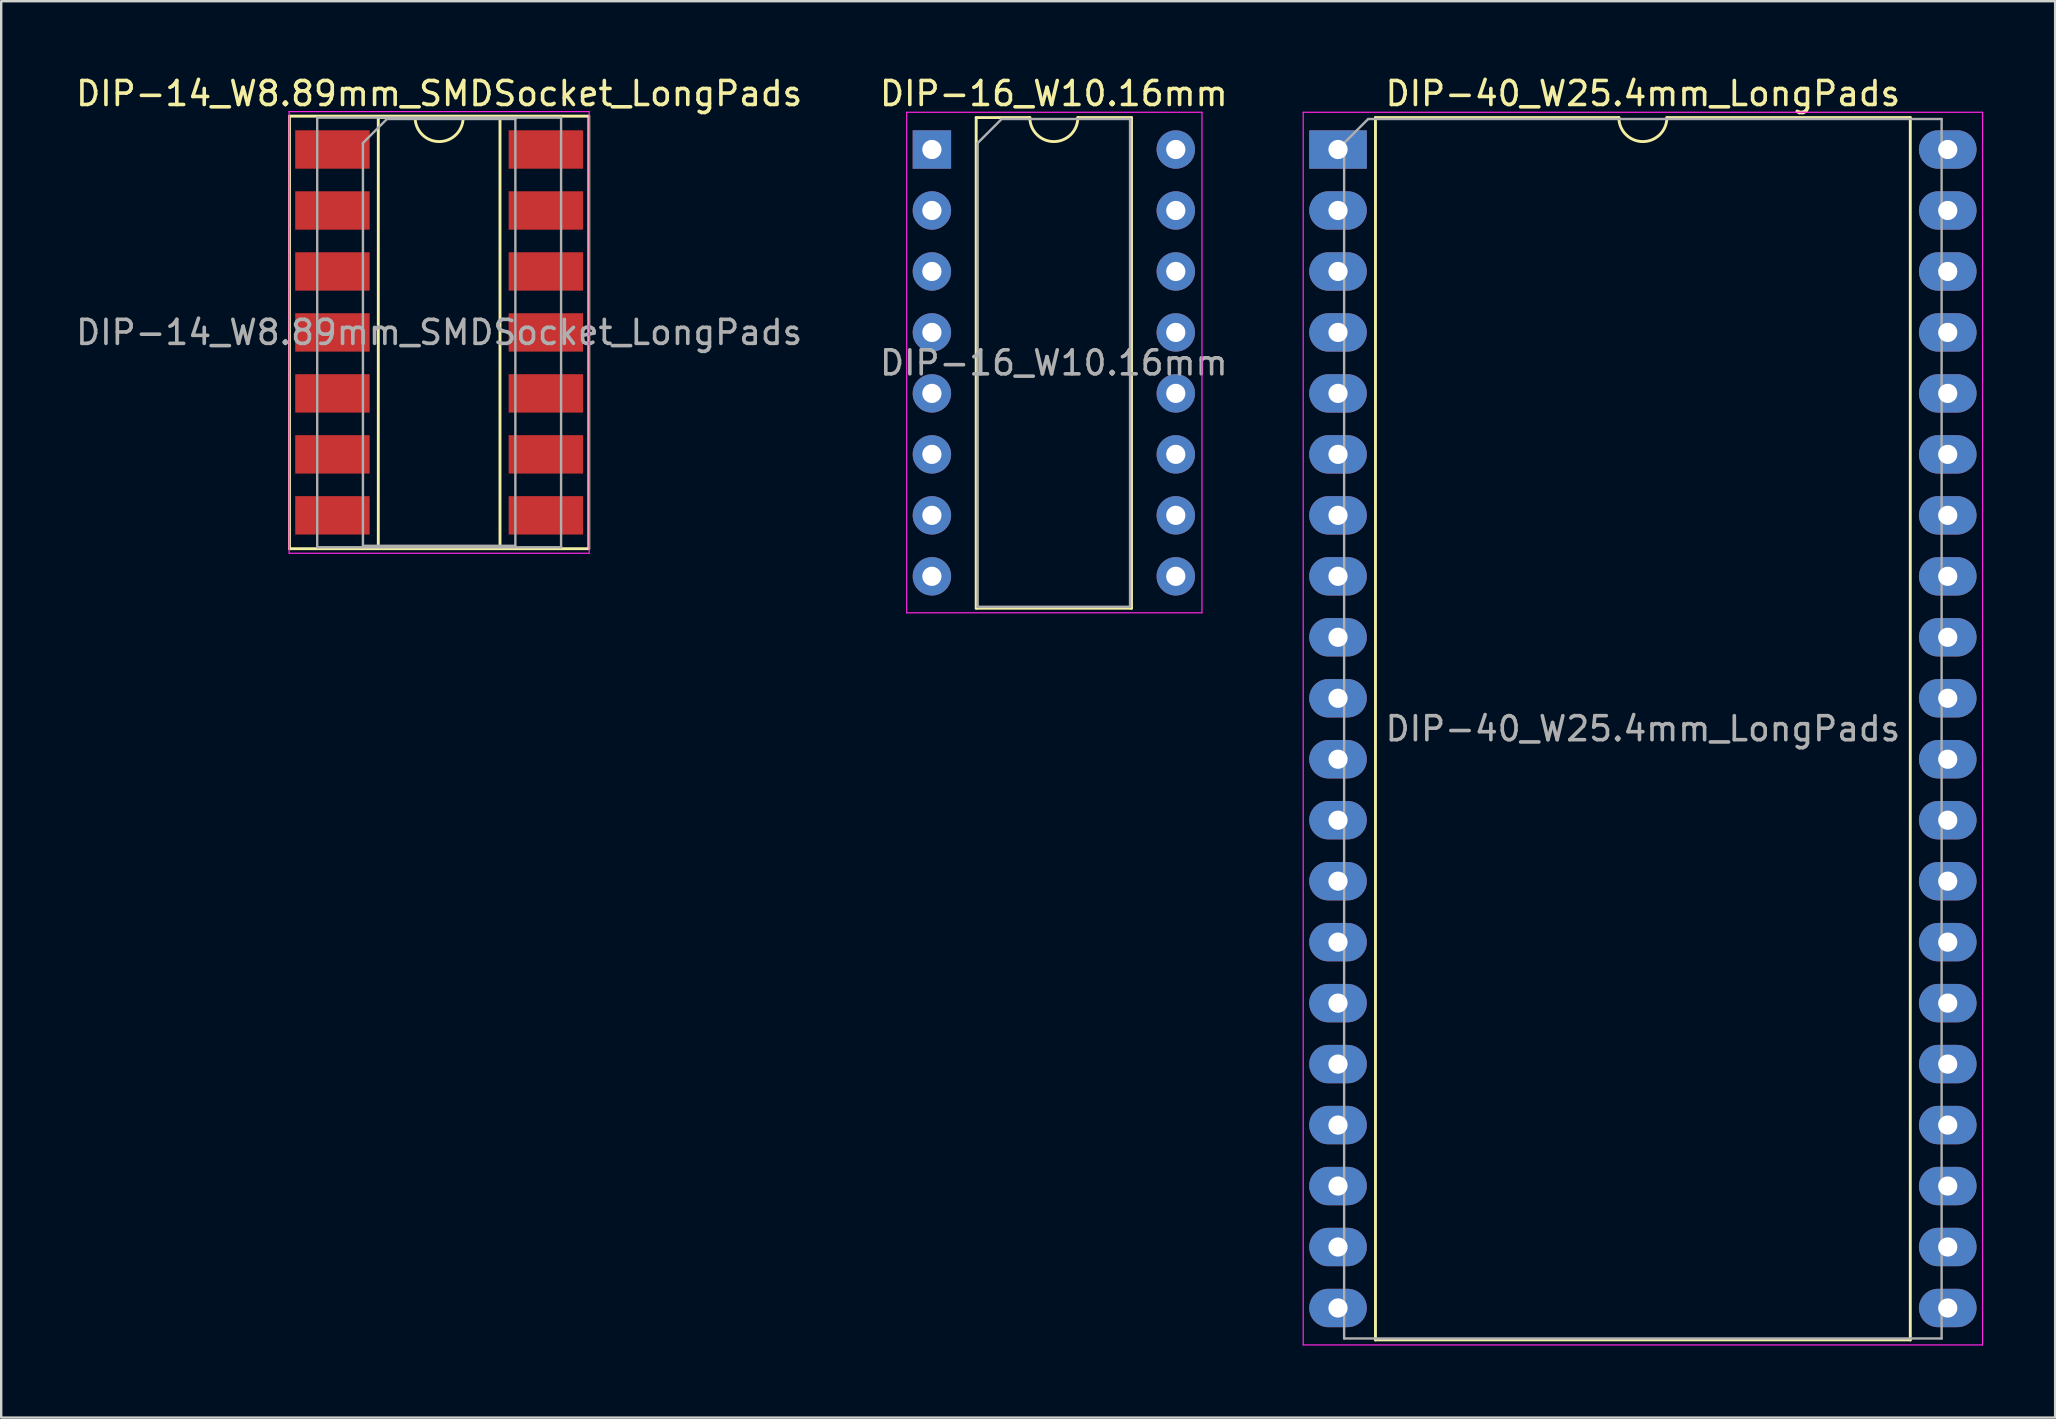
<source format=kicad_pcb>
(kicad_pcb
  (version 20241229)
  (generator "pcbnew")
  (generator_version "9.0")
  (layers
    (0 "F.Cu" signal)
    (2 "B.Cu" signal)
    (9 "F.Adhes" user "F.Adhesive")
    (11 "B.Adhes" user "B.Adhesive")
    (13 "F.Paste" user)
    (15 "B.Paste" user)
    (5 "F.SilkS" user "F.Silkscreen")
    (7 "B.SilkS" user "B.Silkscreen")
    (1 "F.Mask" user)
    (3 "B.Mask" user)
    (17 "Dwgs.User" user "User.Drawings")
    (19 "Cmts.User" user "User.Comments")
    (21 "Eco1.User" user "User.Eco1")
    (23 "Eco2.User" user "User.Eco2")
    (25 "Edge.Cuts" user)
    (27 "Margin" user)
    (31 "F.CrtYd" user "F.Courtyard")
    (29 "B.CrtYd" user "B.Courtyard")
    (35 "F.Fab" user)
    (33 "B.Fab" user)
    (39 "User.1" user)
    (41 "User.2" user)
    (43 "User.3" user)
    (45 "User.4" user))
  (footprint "DIP-40_W25.4mm_LongPads"
    (layer "F.Cu")
    (at 52.689 3.178)
    (property "Reference" "DIP-40_W25.4mm_LongPads" (at 12.7 -2.33 0) (layer "F.SilkS") (effects (font (size 1 1) (thickness 0.15))))
    (attr through_hole)
    (fp_line (start 1.56 -1.33) (end 1.56 49.59) (stroke (width 0.12) (type solid)) (layer "F.SilkS"))
    (fp_line (start 1.56 49.59) (end 23.84 49.59) (stroke (width 0.12) (type solid)) (layer "F.SilkS"))
    (fp_line (start 11.7 -1.33) (end 1.56 -1.33) (stroke (width 0.12) (type solid)) (layer "F.SilkS"))
    (fp_line (start 23.84 -1.33) (end 13.7 -1.33) (stroke (width 0.12) (type solid)) (layer "F.SilkS"))
    (fp_line (start 23.84 49.59) (end 23.84 -1.33) (stroke (width 0.12) (type solid)) (layer "F.SilkS"))
    (fp_arc (start 13.7 -1.33) (mid 12.7 -0.33) (end 11.7 -1.33) (stroke (width 0.12) (type solid)) (layer "F.SilkS"))
    (fp_line (start -1.45 -1.55) (end -1.45 49.8) (stroke (width 0.05) (type solid)) (layer "F.CrtYd"))
    (fp_line (start -1.45 49.8) (end 26.85 49.8) (stroke (width 0.05) (type solid)) (layer "F.CrtYd"))
    (fp_line (start 26.85 -1.55) (end -1.45 -1.55) (stroke (width 0.05) (type solid)) (layer "F.CrtYd"))
    (fp_line (start 26.85 49.8) (end 26.85 -1.55) (stroke (width 0.05) (type solid)) (layer "F.CrtYd"))
    (fp_line (start 0.255 -0.27) (end 1.255 -1.27) (stroke (width 0.1) (type solid)) (layer "F.Fab"))
    (fp_line (start 0.255 49.53) (end 0.255 -0.27) (stroke (width 0.1) (type solid)) (layer "F.Fab"))
    (fp_line (start 1.255 -1.27) (end 25.145 -1.27) (stroke (width 0.1) (type solid)) (layer "F.Fab"))
    (fp_line (start 25.145 -1.27) (end 25.145 49.53) (stroke (width 0.1) (type solid)) (layer "F.Fab"))
    (fp_line (start 25.145 49.53) (end 0.255 49.53) (stroke (width 0.1) (type solid)) (layer "F.Fab"))
    (fp_text user "${REFERENCE}" (at 12.7 24.13 0) (layer "F.Fab") (effects (font (size 1 1) (thickness 0.15))))
    (pad "1" thru_hole rect (at 0 0) (size 2.4 1.6) (drill 0.8) (layers "*.Cu" "*.Mask"))
    (pad "2" thru_hole oval (at 0 2.54) (size 2.4 1.6) (drill 0.8) (layers "*.Cu" "*.Mask"))
    (pad "3" thru_hole oval (at 0 5.08) (size 2.4 1.6) (drill 0.8) (layers "*.Cu" "*.Mask"))
    (pad "4" thru_hole oval (at 0 7.62) (size 2.4 1.6) (drill 0.8) (layers "*.Cu" "*.Mask"))
    (pad "5" thru_hole oval (at 0 10.16) (size 2.4 1.6) (drill 0.8) (layers "*.Cu" "*.Mask"))
    (pad "6" thru_hole oval (at 0 12.7) (size 2.4 1.6) (drill 0.8) (layers "*.Cu" "*.Mask"))
    (pad "7" thru_hole oval (at 0 15.24) (size 2.4 1.6) (drill 0.8) (layers "*.Cu" "*.Mask"))
    (pad "8" thru_hole oval (at 0 17.78) (size 2.4 1.6) (drill 0.8) (layers "*.Cu" "*.Mask"))
    (pad "9" thru_hole oval (at 0 20.32) (size 2.4 1.6) (drill 0.8) (layers "*.Cu" "*.Mask"))
    (pad "10" thru_hole oval (at 0 22.86) (size 2.4 1.6) (drill 0.8) (layers "*.Cu" "*.Mask"))
    (pad "11" thru_hole oval (at 0 25.4) (size 2.4 1.6) (drill 0.8) (layers "*.Cu" "*.Mask"))
    (pad "12" thru_hole oval (at 0 27.94) (size 2.4 1.6) (drill 0.8) (layers "*.Cu" "*.Mask"))
    (pad "13" thru_hole oval (at 0 30.48) (size 2.4 1.6) (drill 0.8) (layers "*.Cu" "*.Mask"))
    (pad "14" thru_hole oval (at 0 33.02) (size 2.4 1.6) (drill 0.8) (layers "*.Cu" "*.Mask"))
    (pad "15" thru_hole oval (at 0 35.56) (size 2.4 1.6) (drill 0.8) (layers "*.Cu" "*.Mask"))
    (pad "16" thru_hole oval (at 0 38.1) (size 2.4 1.6) (drill 0.8) (layers "*.Cu" "*.Mask"))
    (pad "17" thru_hole oval (at 0 40.64) (size 2.4 1.6) (drill 0.8) (layers "*.Cu" "*.Mask"))
    (pad "18" thru_hole oval (at 0 43.18) (size 2.4 1.6) (drill 0.8) (layers "*.Cu" "*.Mask"))
    (pad "19" thru_hole oval (at 0 45.72) (size 2.4 1.6) (drill 0.8) (layers "*.Cu" "*.Mask"))
    (pad "20" thru_hole oval (at 0 48.26) (size 2.4 1.6) (drill 0.8) (layers "*.Cu" "*.Mask"))
    (pad "21" thru_hole oval (at 25.4 48.26) (size 2.4 1.6) (drill 0.8) (layers "*.Cu" "*.Mask"))
    (pad "22" thru_hole oval (at 25.4 45.72) (size 2.4 1.6) (drill 0.8) (layers "*.Cu" "*.Mask"))
    (pad "23" thru_hole oval (at 25.4 43.18) (size 2.4 1.6) (drill 0.8) (layers "*.Cu" "*.Mask"))
    (pad "24" thru_hole oval (at 25.4 40.64) (size 2.4 1.6) (drill 0.8) (layers "*.Cu" "*.Mask"))
    (pad "25" thru_hole oval (at 25.4 38.1) (size 2.4 1.6) (drill 0.8) (layers "*.Cu" "*.Mask"))
    (pad "26" thru_hole oval (at 25.4 35.56) (size 2.4 1.6) (drill 0.8) (layers "*.Cu" "*.Mask"))
    (pad "27" thru_hole oval (at 25.4 33.02) (size 2.4 1.6) (drill 0.8) (layers "*.Cu" "*.Mask"))
    (pad "28" thru_hole oval (at 25.4 30.48) (size 2.4 1.6) (drill 0.8) (layers "*.Cu" "*.Mask"))
    (pad "29" thru_hole oval (at 25.4 27.94) (size 2.4 1.6) (drill 0.8) (layers "*.Cu" "*.Mask"))
    (pad "30" thru_hole oval (at 25.4 25.4) (size 2.4 1.6) (drill 0.8) (layers "*.Cu" "*.Mask"))
    (pad "31" thru_hole oval (at 25.4 22.86) (size 2.4 1.6) (drill 0.8) (layers "*.Cu" "*.Mask"))
    (pad "32" thru_hole oval (at 25.4 20.32) (size 2.4 1.6) (drill 0.8) (layers "*.Cu" "*.Mask"))
    (pad "33" thru_hole oval (at 25.4 17.78) (size 2.4 1.6) (drill 0.8) (layers "*.Cu" "*.Mask"))
    (pad "34" thru_hole oval (at 25.4 15.24) (size 2.4 1.6) (drill 0.8) (layers "*.Cu" "*.Mask"))
    (pad "35" thru_hole oval (at 25.4 12.7) (size 2.4 1.6) (drill 0.8) (layers "*.Cu" "*.Mask"))
    (pad "36" thru_hole oval (at 25.4 10.16) (size 2.4 1.6) (drill 0.8) (layers "*.Cu" "*.Mask"))
    (pad "37" thru_hole oval (at 25.4 7.62) (size 2.4 1.6) (drill 0.8) (layers "*.Cu" "*.Mask"))
    (pad "38" thru_hole oval (at 25.4 5.08) (size 2.4 1.6) (drill 0.8) (layers "*.Cu" "*.Mask"))
    (pad "39" thru_hole oval (at 25.4 2.54) (size 2.4 1.6) (drill 0.8) (layers "*.Cu" "*.Mask"))
    (pad "40" thru_hole oval (at 25.4 0) (size 2.4 1.6) (drill 0.8) (layers "*.Cu" "*.Mask")))
  (footprint "DIP-14_W8.89mm_SMDSocket_LongPads"
    (layer "F.Cu")
    (at 15.244 10.798)
    (property "Reference" "DIP-14_W8.89mm_SMDSocket_LongPads" (at 0 -9.95 0) (layer "F.SilkS") (effects (font (size 1 1) (thickness 0.15))))
    (attr smd)
    (fp_line (start -6.235 -9.01) (end -6.235 9.01) (stroke (width 0.12) (type solid)) (layer "F.SilkS"))
    (fp_line (start -6.235 9.01) (end 6.235 9.01) (stroke (width 0.12) (type solid)) (layer "F.SilkS"))
    (fp_line (start -2.535 -8.95) (end -2.535 8.95) (stroke (width 0.12) (type solid)) (layer "F.SilkS"))
    (fp_line (start -2.535 8.95) (end 2.535 8.95) (stroke (width 0.12) (type solid)) (layer "F.SilkS"))
    (fp_line (start -1 -8.95) (end -2.535 -8.95) (stroke (width 0.12) (type solid)) (layer "F.SilkS"))
    (fp_line (start 2.535 -8.95) (end 1 -8.95) (stroke (width 0.12) (type solid)) (layer "F.SilkS"))
    (fp_line (start 2.535 8.95) (end 2.535 -8.95) (stroke (width 0.12) (type solid)) (layer "F.SilkS"))
    (fp_line (start 6.235 -9.01) (end -6.235 -9.01) (stroke (width 0.12) (type solid)) (layer "F.SilkS"))
    (fp_line (start 6.235 9.01) (end 6.235 -9.01) (stroke (width 0.12) (type solid)) (layer "F.SilkS"))
    (fp_arc (start 1 -8.95) (mid 0 -7.95) (end -1 -8.95) (stroke (width 0.12) (type solid)) (layer "F.SilkS"))
    (fp_line (start -6.25 -9.2) (end -6.25 9.2) (stroke (width 0.05) (type solid)) (layer "F.CrtYd"))
    (fp_line (start -6.25 9.2) (end 6.25 9.2) (stroke (width 0.05) (type solid)) (layer "F.CrtYd"))
    (fp_line (start 6.25 -9.2) (end -6.25 -9.2) (stroke (width 0.05) (type solid)) (layer "F.CrtYd"))
    (fp_line (start 6.25 9.2) (end 6.25 -9.2) (stroke (width 0.05) (type solid)) (layer "F.CrtYd"))
    (fp_line (start -5.08 -8.95) (end -5.08 8.95) (stroke (width 0.1) (type solid)) (layer "F.Fab"))
    (fp_line (start -5.08 8.95) (end 5.08 8.95) (stroke (width 0.1) (type solid)) (layer "F.Fab"))
    (fp_line (start -3.175 -7.89) (end -2.175 -8.89) (stroke (width 0.1) (type solid)) (layer "F.Fab"))
    (fp_line (start -3.175 8.89) (end -3.175 -7.89) (stroke (width 0.1) (type solid)) (layer "F.Fab"))
    (fp_line (start -2.175 -8.89) (end 3.175 -8.89) (stroke (width 0.1) (type solid)) (layer "F.Fab"))
    (fp_line (start 3.175 -8.89) (end 3.175 8.89) (stroke (width 0.1) (type solid)) (layer "F.Fab"))
    (fp_line (start 3.175 8.89) (end -3.175 8.89) (stroke (width 0.1) (type solid)) (layer "F.Fab"))
    (fp_line (start 5.08 -8.95) (end -5.08 -8.95) (stroke (width 0.1) (type solid)) (layer "F.Fab"))
    (fp_line (start 5.08 8.95) (end 5.08 -8.95) (stroke (width 0.1) (type solid)) (layer "F.Fab"))
    (fp_text user "${REFERENCE}" (at 0 0 0) (layer "F.Fab") (effects (font (size 1 1) (thickness 0.15))))
    (pad "1" smd rect (at -4.445 -7.62) (size 3.1 1.6) (layers "F.Cu" "F.Mask" "F.Paste"))
    (pad "2" smd rect (at -4.445 -5.08) (size 3.1 1.6) (layers "F.Cu" "F.Mask" "F.Paste"))
    (pad "3" smd rect (at -4.445 -2.54) (size 3.1 1.6) (layers "F.Cu" "F.Mask" "F.Paste"))
    (pad "4" smd rect (at -4.445 0) (size 3.1 1.6) (layers "F.Cu" "F.Mask" "F.Paste"))
    (pad "5" smd rect (at -4.445 2.54) (size 3.1 1.6) (layers "F.Cu" "F.Mask" "F.Paste"))
    (pad "6" smd rect (at -4.445 5.08) (size 3.1 1.6) (layers "F.Cu" "F.Mask" "F.Paste"))
    (pad "7" smd rect (at -4.445 7.62) (size 3.1 1.6) (layers "F.Cu" "F.Mask" "F.Paste"))
    (pad "8" smd rect (at 4.445 7.62) (size 3.1 1.6) (layers "F.Cu" "F.Mask" "F.Paste"))
    (pad "9" smd rect (at 4.445 5.08) (size 3.1 1.6) (layers "F.Cu" "F.Mask" "F.Paste"))
    (pad "10" smd rect (at 4.445 2.54) (size 3.1 1.6) (layers "F.Cu" "F.Mask" "F.Paste"))
    (pad "11" smd rect (at 4.445 0) (size 3.1 1.6) (layers "F.Cu" "F.Mask" "F.Paste"))
    (pad "12" smd rect (at 4.445 -2.54) (size 3.1 1.6) (layers "F.Cu" "F.Mask" "F.Paste"))
    (pad "13" smd rect (at 4.445 -5.08) (size 3.1 1.6) (layers "F.Cu" "F.Mask" "F.Paste"))
    (pad "14" smd rect (at 4.445 -7.62) (size 3.1 1.6) (layers "F.Cu" "F.Mask" "F.Paste")))
  (footprint "DIP-16_W10.16mm"
    (layer "F.Cu")
    (at 35.771 3.178)
    (property "Reference" "DIP-16_W10.16mm" (at 5.08 -2.33 0) (layer "F.SilkS") (effects (font (size 1 1) (thickness 0.15))))
    (attr through_hole)
    (fp_line (start 1.845 -1.33) (end 1.845 19.11) (stroke (width 0.12) (type solid)) (layer "F.SilkS"))
    (fp_line (start 1.845 19.11) (end 8.315 19.11) (stroke (width 0.12) (type solid)) (layer "F.SilkS"))
    (fp_line (start 4.08 -1.33) (end 1.845 -1.33) (stroke (width 0.12) (type solid)) (layer "F.SilkS"))
    (fp_line (start 8.315 -1.33) (end 6.08 -1.33) (stroke (width 0.12) (type solid)) (layer "F.SilkS"))
    (fp_line (start 8.315 19.11) (end 8.315 -1.33) (stroke (width 0.12) (type solid)) (layer "F.SilkS"))
    (fp_arc (start 6.08 -1.33) (mid 5.08 -0.33) (end 4.08 -1.33) (stroke (width 0.12) (type solid)) (layer "F.SilkS"))
    (fp_line (start -1.05 -1.55) (end -1.05 19.3) (stroke (width 0.05) (type solid)) (layer "F.CrtYd"))
    (fp_line (start -1.05 19.3) (end 11.25 19.3) (stroke (width 0.05) (type solid)) (layer "F.CrtYd"))
    (fp_line (start 11.25 -1.55) (end -1.05 -1.55) (stroke (width 0.05) (type solid)) (layer "F.CrtYd"))
    (fp_line (start 11.25 19.3) (end 11.25 -1.55) (stroke (width 0.05) (type solid)) (layer "F.CrtYd"))
    (fp_line (start 1.905 -0.27) (end 2.905 -1.27) (stroke (width 0.1) (type solid)) (layer "F.Fab"))
    (fp_line (start 1.905 19.05) (end 1.905 -0.27) (stroke (width 0.1) (type solid)) (layer "F.Fab"))
    (fp_line (start 2.905 -1.27) (end 8.255 -1.27) (stroke (width 0.1) (type solid)) (layer "F.Fab"))
    (fp_line (start 8.255 -1.27) (end 8.255 19.05) (stroke (width 0.1) (type solid)) (layer "F.Fab"))
    (fp_line (start 8.255 19.05) (end 1.905 19.05) (stroke (width 0.1) (type solid)) (layer "F.Fab"))
    (fp_text user "${REFERENCE}" (at 5.08 8.89 0) (layer "F.Fab") (effects (font (size 1 1) (thickness 0.15))))
    (pad "1" thru_hole rect (at 0 0) (size 1.6 1.6) (drill 0.8) (layers "*.Cu" "*.Mask"))
    (pad "2" thru_hole oval (at 0 2.54) (size 1.6 1.6) (drill 0.8) (layers "*.Cu" "*.Mask"))
    (pad "3" thru_hole oval (at 0 5.08) (size 1.6 1.6) (drill 0.8) (layers "*.Cu" "*.Mask"))
    (pad "4" thru_hole oval (at 0 7.62) (size 1.6 1.6) (drill 0.8) (layers "*.Cu" "*.Mask"))
    (pad "5" thru_hole oval (at 0 10.16) (size 1.6 1.6) (drill 0.8) (layers "*.Cu" "*.Mask"))
    (pad "6" thru_hole oval (at 0 12.7) (size 1.6 1.6) (drill 0.8) (layers "*.Cu" "*.Mask"))
    (pad "7" thru_hole oval (at 0 15.24) (size 1.6 1.6) (drill 0.8) (layers "*.Cu" "*.Mask"))
    (pad "8" thru_hole oval (at 0 17.78) (size 1.6 1.6) (drill 0.8) (layers "*.Cu" "*.Mask"))
    (pad "9" thru_hole oval (at 10.16 17.78) (size 1.6 1.6) (drill 0.8) (layers "*.Cu" "*.Mask"))
    (pad "10" thru_hole oval (at 10.16 15.24) (size 1.6 1.6) (drill 0.8) (layers "*.Cu" "*.Mask"))
    (pad "11" thru_hole oval (at 10.16 12.7) (size 1.6 1.6) (drill 0.8) (layers "*.Cu" "*.Mask"))
    (pad "12" thru_hole oval (at 10.16 10.16) (size 1.6 1.6) (drill 0.8) (layers "*.Cu" "*.Mask"))
    (pad "13" thru_hole oval (at 10.16 7.62) (size 1.6 1.6) (drill 0.8) (layers "*.Cu" "*.Mask"))
    (pad "14" thru_hole oval (at 10.16 5.08) (size 1.6 1.6) (drill 0.8) (layers "*.Cu" "*.Mask"))
    (pad "15" thru_hole oval (at 10.16 2.54) (size 1.6 1.6) (drill 0.8) (layers "*.Cu" "*.Mask"))
    (pad "16" thru_hole oval (at 10.16 0) (size 1.6 1.6) (drill 0.8) (layers "*.Cu" "*.Mask")))
  (gr_rect
    (start -3 -3)
    (end 82.564 56.003)
    (stroke (width 0.1) (type default))
    (fill no)
    (layer "Edge.Cuts")))
</source>
